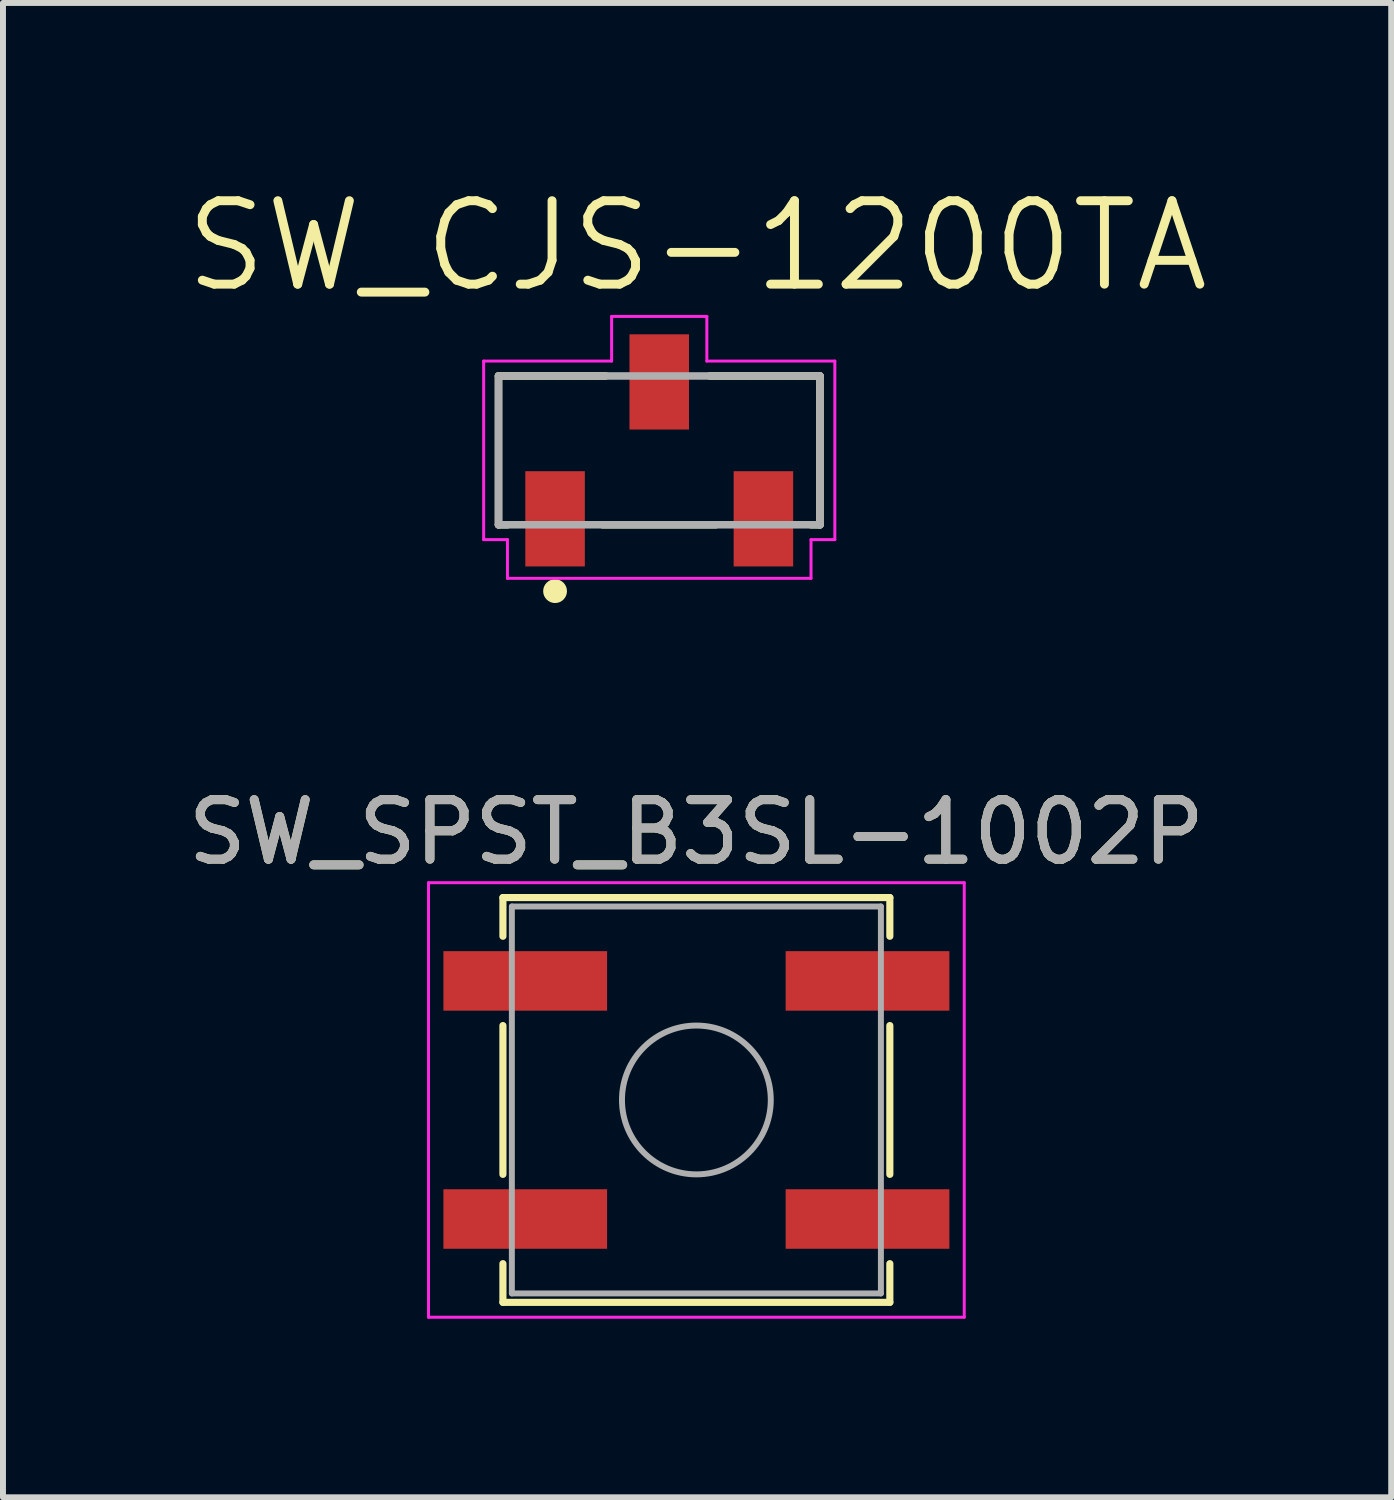
<source format=kicad_pcb>
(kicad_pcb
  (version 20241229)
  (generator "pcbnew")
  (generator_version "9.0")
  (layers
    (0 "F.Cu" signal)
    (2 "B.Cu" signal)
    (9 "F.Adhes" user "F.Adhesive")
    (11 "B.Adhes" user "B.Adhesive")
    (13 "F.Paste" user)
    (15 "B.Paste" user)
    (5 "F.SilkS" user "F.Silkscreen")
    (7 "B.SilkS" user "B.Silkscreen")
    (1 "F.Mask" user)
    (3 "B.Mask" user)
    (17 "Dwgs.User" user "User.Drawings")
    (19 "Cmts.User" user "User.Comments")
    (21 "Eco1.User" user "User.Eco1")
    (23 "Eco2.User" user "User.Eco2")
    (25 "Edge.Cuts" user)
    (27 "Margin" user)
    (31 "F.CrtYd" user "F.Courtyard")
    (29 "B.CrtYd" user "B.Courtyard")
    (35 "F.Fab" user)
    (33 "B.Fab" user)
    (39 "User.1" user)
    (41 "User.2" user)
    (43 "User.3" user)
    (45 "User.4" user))
  (footprint "SW_CJS-1200TA"
    (layer "F.Cu")
    (at 8.025 4.516)
    (property "Reference" "SW_CJS-1200TA" (at 0.636 -3.433 0) (layer "F.SilkS") (effects (font (size 1.402 1.402) (thickness 0.15))))
    (attr smd)
    (fp_line (start -2.7 -1.25) (end -2.7 1.25) (stroke (width 0.127) (type solid)) (layer "F.SilkS"))
    (fp_line (start -2.7 1.25) (end -2.55 1.25) (stroke (width 0.127) (type solid)) (layer "F.SilkS"))
    (fp_line (start -0.95 1.25) (end 0.95 1.25) (stroke (width 0.127) (type solid)) (layer "F.SilkS"))
    (fp_line (start -0.9 -1.25) (end -2.7 -1.25) (stroke (width 0.127) (type solid)) (layer "F.SilkS"))
    (fp_line (start 2.55 1.25) (end 2.7 1.25) (stroke (width 0.127) (type solid)) (layer "F.SilkS"))
    (fp_line (start 2.7 -1.25) (end 0.85 -1.25) (stroke (width 0.127) (type solid)) (layer "F.SilkS"))
    (fp_line (start 2.7 1.25) (end 2.7 -1.25) (stroke (width 0.127) (type solid)) (layer "F.SilkS"))
    (fp_circle (center -1.75 2.365) (end -1.65 2.365) (stroke (width 0.2) (type solid)) (fill no) (layer "F.SilkS"))
    (fp_line (start -2.95 -1.5) (end -0.8 -1.5) (stroke (width 0.05) (type solid)) (layer "F.CrtYd"))
    (fp_line (start -2.95 1.5) (end -2.95 -1.5) (stroke (width 0.05) (type solid)) (layer "F.CrtYd"))
    (fp_line (start -2.55 1.5) (end -2.95 1.5) (stroke (width 0.05) (type solid)) (layer "F.CrtYd"))
    (fp_line (start -2.55 2.15) (end -2.55 1.5) (stroke (width 0.05) (type solid)) (layer "F.CrtYd"))
    (fp_line (start -0.8 -2.25) (end 0.8 -2.25) (stroke (width 0.05) (type solid)) (layer "F.CrtYd"))
    (fp_line (start -0.8 -1.5) (end -0.8 -2.25) (stroke (width 0.05) (type solid)) (layer "F.CrtYd"))
    (fp_line (start 0.8 -2.25) (end 0.8 -1.5) (stroke (width 0.05) (type solid)) (layer "F.CrtYd"))
    (fp_line (start 0.8 -1.5) (end 2.95 -1.5) (stroke (width 0.05) (type solid)) (layer "F.CrtYd"))
    (fp_line (start 2.55 1.5) (end 2.55 2.15) (stroke (width 0.05) (type solid)) (layer "F.CrtYd"))
    (fp_line (start 2.55 2.15) (end -2.55 2.15) (stroke (width 0.05) (type solid)) (layer "F.CrtYd"))
    (fp_line (start 2.95 -1.5) (end 2.95 1.5) (stroke (width 0.05) (type solid)) (layer "F.CrtYd"))
    (fp_line (start 2.95 1.5) (end 2.55 1.5) (stroke (width 0.05) (type solid)) (layer "F.CrtYd"))
    (fp_line (start -2.7 -1.25) (end 2.7 -1.25) (stroke (width 0.127) (type solid)) (layer "F.Fab"))
    (fp_line (start -2.7 1.25) (end -2.7 -1.25) (stroke (width 0.127) (type solid)) (layer "F.Fab"))
    (fp_line (start 2.7 -1.25) (end 2.7 1.25) (stroke (width 0.127) (type solid)) (layer "F.Fab"))
    (fp_line (start 2.7 1.25) (end -2.7 1.25) (stroke (width 0.127) (type solid)) (layer "F.Fab"))
    (pad "1" smd rect (at -1.75 1.15) (size 1 1.6) (layers "F.Cu" "F.Mask" "F.Paste"))
    (pad "2" smd rect (at 0 -1.15) (size 1 1.6) (layers "F.Cu" "F.Mask" "F.Paste"))
    (pad "3" smd rect (at 1.75 1.15) (size 1 1.6) (layers "F.Cu" "F.Mask" "F.Paste")))
  (footprint "SW_SPST_B3SL-1002P"
    (layer "F.Cu")
    (at 8.649 15.429)
    (property "Reference" "SW_SPST_B3SL-1002P" (at 0 -4.5 180) (layer "F.SilkS") (effects (font (size 1 1) (thickness 0.15))))
    (attr smd)
    (fp_line (start -3.25 -3.4) (end -3.25 -2.75) (stroke (width 0.12) (type solid)) (layer "F.SilkS"))
    (fp_line (start -3.25 -1.25) (end -3.25 1.25) (stroke (width 0.12) (type solid)) (layer "F.SilkS"))
    (fp_line (start -3.25 3.4) (end -3.25 2.75) (stroke (width 0.12) (type solid)) (layer "F.SilkS"))
    (fp_line (start 3.25 -3.4) (end -3.25 -3.4) (stroke (width 0.12) (type solid)) (layer "F.SilkS"))
    (fp_line (start 3.25 -2.75) (end 3.25 -3.4) (stroke (width 0.12) (type solid)) (layer "F.SilkS"))
    (fp_line (start 3.25 -1.25) (end 3.25 1.25) (stroke (width 0.12) (type solid)) (layer "F.SilkS"))
    (fp_line (start 3.25 2.75) (end 3.25 3.4) (stroke (width 0.12) (type solid)) (layer "F.SilkS"))
    (fp_line (start 3.25 3.4) (end -3.25 3.4) (stroke (width 0.12) (type solid)) (layer "F.SilkS"))
    (fp_line (start -4.5 -3.65) (end -4.5 3.65) (stroke (width 0.05) (type solid)) (layer "F.CrtYd"))
    (fp_line (start -4.5 3.65) (end 4.5 3.65) (stroke (width 0.05) (type solid)) (layer "F.CrtYd"))
    (fp_line (start 4.5 -3.65) (end -4.5 -3.65) (stroke (width 0.05) (type solid)) (layer "F.CrtYd"))
    (fp_line (start 4.5 3.65) (end 4.5 -3.65) (stroke (width 0.05) (type solid)) (layer "F.CrtYd"))
    (fp_line (start -3.1 -3.25) (end 3.1 -3.25) (stroke (width 0.1) (type solid)) (layer "F.Fab"))
    (fp_line (start -3.1 3.25) (end -3.1 -3.25) (stroke (width 0.1) (type solid)) (layer "F.Fab"))
    (fp_line (start 3.1 -3.25) (end 3.1 3.25) (stroke (width 0.1) (type solid)) (layer "F.Fab"))
    (fp_line (start 3.1 3.25) (end -3.1 3.25) (stroke (width 0.1) (type solid)) (layer "F.Fab"))
    (fp_circle (center 0 0) (end 1.25 0) (stroke (width 0.1) (type solid)) (fill no) (layer "F.Fab"))
    (fp_text user "${REFERENCE}" (at 0 -4.5 180) (layer "F.Fab") (effects (font (size 1 1) (thickness 0.15))))
    (pad "1" smd rect (at -2.875 -2) (size 2.75 1) (layers "F.Cu" "F.Mask" "F.Paste"))
    (pad "2" smd rect (at 2.875 -2) (size 2.75 1) (layers "F.Cu" "F.Mask" "F.Paste"))
    (pad "3" smd rect (at -2.875 2) (size 2.75 1) (layers "F.Cu" "F.Mask" "F.Paste"))
    (pad "4" smd rect (at 2.875 2) (size 2.75 1) (layers "F.Cu" "F.Mask" "F.Paste")))
  (gr_rect
    (start -3 -3)
    (end 20.322 22.104)
    (stroke (width 0.1) (type default))
    (fill no)
    (layer "Edge.Cuts")))
</source>
